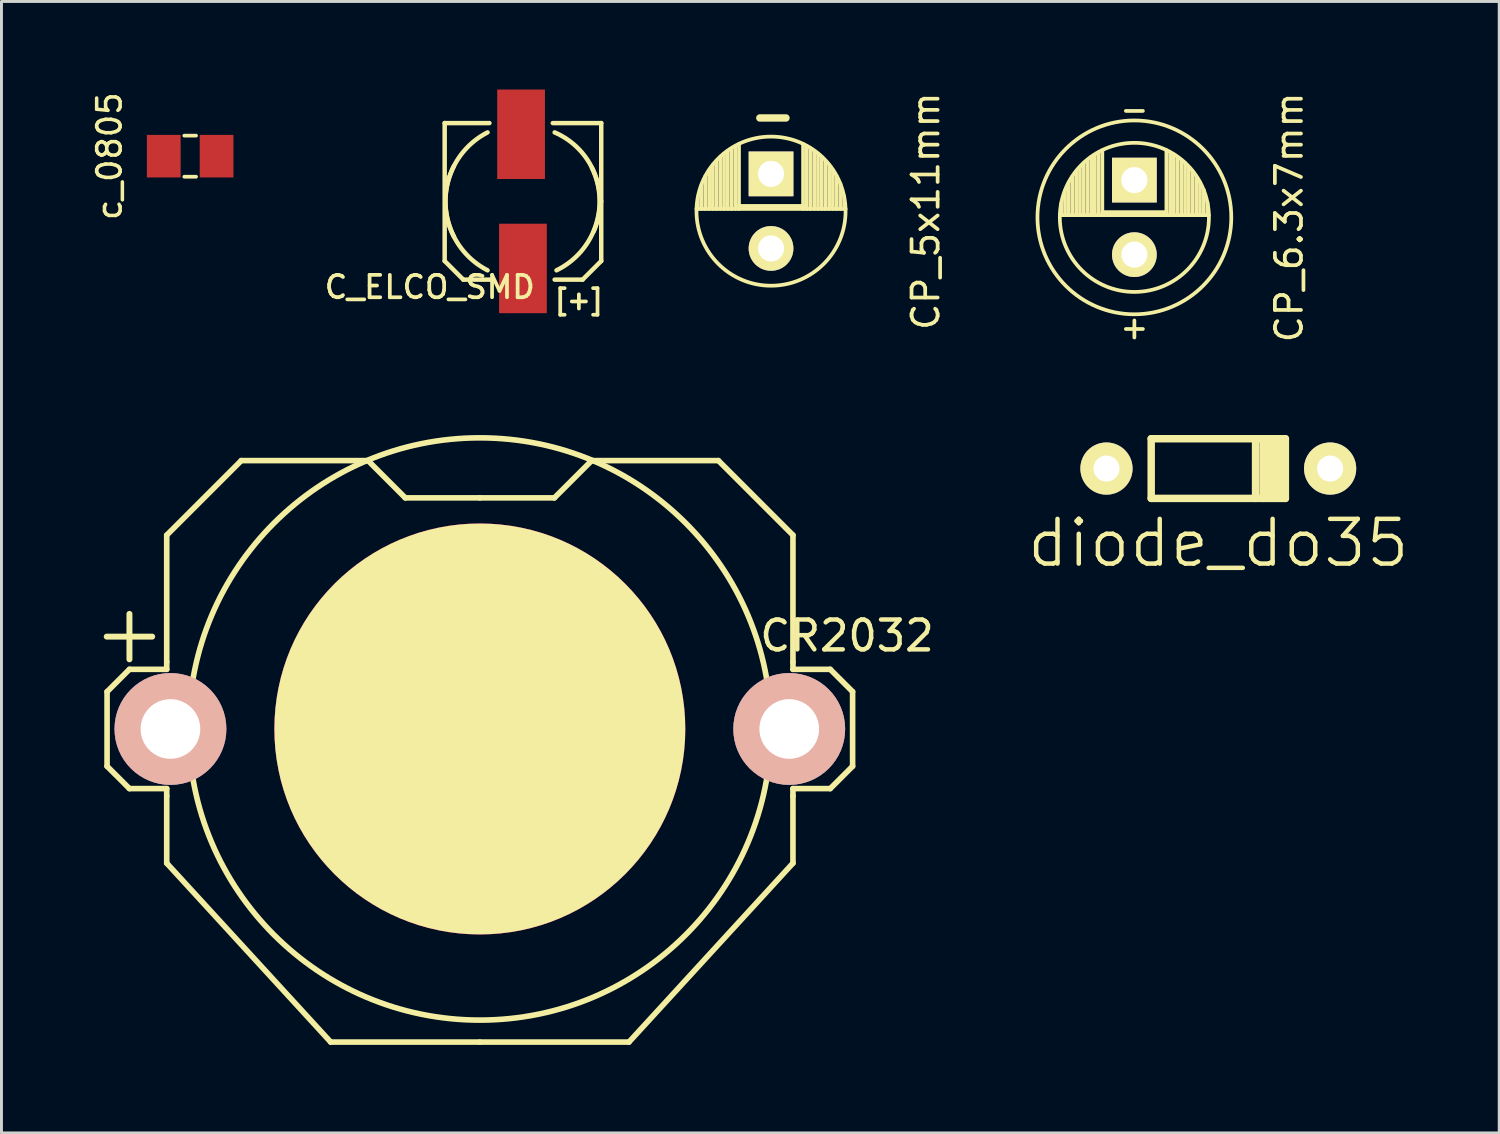
<source format=kicad_pcb>
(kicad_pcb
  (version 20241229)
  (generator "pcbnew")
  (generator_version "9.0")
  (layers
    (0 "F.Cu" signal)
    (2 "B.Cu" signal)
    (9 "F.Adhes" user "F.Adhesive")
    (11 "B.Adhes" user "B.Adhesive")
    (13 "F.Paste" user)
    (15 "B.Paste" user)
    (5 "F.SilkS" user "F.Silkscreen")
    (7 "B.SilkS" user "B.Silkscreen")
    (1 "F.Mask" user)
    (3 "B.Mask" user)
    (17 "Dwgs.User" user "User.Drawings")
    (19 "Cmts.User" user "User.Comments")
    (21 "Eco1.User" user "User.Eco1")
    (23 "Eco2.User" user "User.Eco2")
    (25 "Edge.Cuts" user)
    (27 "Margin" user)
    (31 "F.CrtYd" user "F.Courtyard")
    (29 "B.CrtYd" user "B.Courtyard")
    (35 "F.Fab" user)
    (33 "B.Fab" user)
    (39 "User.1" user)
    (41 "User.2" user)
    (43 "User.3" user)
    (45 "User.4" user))
  (footprint "c_0805"
    (layer "F.Cu")
    (at 3.429 2.271)
    (property "Reference" "c_0805" (at -2.75 0 90) (layer "F.SilkS") (effects (font (size 0.8 0.8) (thickness 0.12))))
    (attr smd)
    (fp_line (start -0.2 -0.7) (end 0.2 -0.7) (stroke (width 0.127) (type solid)) (layer "F.SilkS"))
    (fp_line (start 0.2 0.7) (end -0.2 0.7) (stroke (width 0.127) (type solid)) (layer "F.SilkS"))
    (pad "1" smd rect (at 0.9 0) (size 1.15 1.45) (layers "F.Cu" "F.Mask" "F.Paste"))
    (pad "2" smd rect (at -0.9 0) (size 1.15 1.45) (layers "F.Cu" "F.Mask" "F.Paste")))
  (footprint "CP_5x11mm"
    (layer "F.Cu")
    (at 23.219 4.144)
    (property "Reference" "CP_5x11mm" (at 5.271 0 90) (layer "F.SilkS") (effects (font (size 0.889 0.889) (thickness 0.127))))
    (attr smd)
    (fp_line (start -2.54 -0.076) (end 2.54 -0.076) (stroke (width 0.127) (type solid)) (layer "F.SilkS"))
    (fp_line (start -2.489 -0.483) (end -2.489 -0.076) (stroke (width 0.127) (type solid)) (layer "F.SilkS"))
    (fp_line (start -2.362 -0.076) (end -2.362 -0.914) (stroke (width 0.127) (type solid)) (layer "F.SilkS"))
    (fp_line (start -2.235 -0.076) (end -2.235 -1.194) (stroke (width 0.127) (type solid)) (layer "F.SilkS"))
    (fp_line (start -2.108 -0.076) (end -2.108 -1.397) (stroke (width 0.127) (type solid)) (layer "F.SilkS"))
    (fp_line (start -1.981 -1.575) (end -1.981 -0.076) (stroke (width 0.127) (type solid)) (layer "F.SilkS"))
    (fp_line (start -1.854 -0.076) (end -1.854 -1.702) (stroke (width 0.127) (type solid)) (layer "F.SilkS"))
    (fp_line (start -1.727 -1.854) (end -1.727 -0.076) (stroke (width 0.127) (type solid)) (layer "F.SilkS"))
    (fp_line (start -1.6 -0.076) (end -1.6 -1.956) (stroke (width 0.127) (type solid)) (layer "F.SilkS"))
    (fp_line (start -1.473 -2.057) (end -1.473 -0.076) (stroke (width 0.127) (type solid)) (layer "F.SilkS"))
    (fp_line (start -1.346 -0.076) (end -1.346 -2.134) (stroke (width 0.127) (type solid)) (layer "F.SilkS"))
    (fp_line (start -1.219 -0.076) (end -1.219 -2.21) (stroke (width 0.127) (type solid)) (layer "F.SilkS"))
    (fp_line (start -1.092 -2.286) (end -1.092 -0.076) (stroke (width 0.127) (type solid)) (layer "F.SilkS"))
    (fp_line (start -1.092 -0.178) (end 1.092 -0.178) (stroke (width 0.127) (type solid)) (layer "F.SilkS"))
    (fp_line (start -0.381 -3.175) (end 0.508 -3.175) (stroke (width 0.254) (type solid)) (layer "F.SilkS"))
    (fp_line (start 1.092 -2.286) (end 1.092 -0.076) (stroke (width 0.127) (type solid)) (layer "F.SilkS"))
    (fp_line (start 1.219 -0.076) (end 1.219 -2.21) (stroke (width 0.127) (type solid)) (layer "F.SilkS"))
    (fp_line (start 1.346 -2.134) (end 1.346 -0.076) (stroke (width 0.127) (type solid)) (layer "F.SilkS"))
    (fp_line (start 1.473 -0.076) (end 1.473 -2.032) (stroke (width 0.127) (type solid)) (layer "F.SilkS"))
    (fp_line (start 1.6 -1.956) (end 1.6 -0.076) (stroke (width 0.127) (type solid)) (layer "F.SilkS"))
    (fp_line (start 1.727 -0.076) (end 1.727 -1.854) (stroke (width 0.127) (type solid)) (layer "F.SilkS"))
    (fp_line (start 1.854 -1.702) (end 1.854 -0.076) (stroke (width 0.127) (type solid)) (layer "F.SilkS"))
    (fp_line (start 1.981 -0.076) (end 1.981 -1.575) (stroke (width 0.127) (type solid)) (layer "F.SilkS"))
    (fp_line (start 2.108 -1.397) (end 2.108 -0.076) (stroke (width 0.127) (type solid)) (layer "F.SilkS"))
    (fp_line (start 2.235 -0.076) (end 2.235 -1.194) (stroke (width 0.127) (type solid)) (layer "F.SilkS"))
    (fp_line (start 2.362 -0.94) (end 2.362 -0.076) (stroke (width 0.127) (type solid)) (layer "F.SilkS"))
    (fp_line (start 2.489 -0.076) (end 2.489 -0.508) (stroke (width 0.127) (type solid)) (layer "F.SilkS"))
    (fp_circle (center 0 0) (end -2.54 0) (stroke (width 0.127) (type solid)) (fill no) (layer "F.SilkS"))
    (pad "1" thru_hole circle (at 0 1.27) (size 1.524 1.524) (drill 0.889) (layers "*.Cu" "*.Mask" "F.SilkS"))
    (pad "2" thru_hole rect (at 0 -1.27) (size 1.524 1.524) (drill 0.889) (layers "*.Cu" "*.Mask" "F.SilkS")))
  (footprint "C_ELCO_SMD"
    (layer "F.Cu")
    (at 14.767 3.81)
    (property "Reference" "C_ELCO_SMD" (at -3.175 2.921 0) (layer "F.SilkS") (effects (font (size 0.762 0.762) (thickness 0.127))))
    (attr smd)
    (fp_line (start -2.667 -2.667) (end -1.143 -2.667) (stroke (width 0.152) (type solid)) (layer "F.SilkS"))
    (fp_line (start -2.667 2.032) (end -2.667 -2.667) (stroke (width 0.152) (type solid)) (layer "F.SilkS"))
    (fp_line (start -2.032 2.667) (end -2.667 2.032) (stroke (width 0.152) (type solid)) (layer "F.SilkS"))
    (fp_line (start -2.032 2.667) (end -1.079 2.667) (stroke (width 0.152) (type solid)) (layer "F.SilkS"))
    (fp_line (start 2.032 2.667) (end 1.079 2.667) (stroke (width 0.152) (type solid)) (layer "F.SilkS"))
    (fp_line (start 2.032 2.667) (end 2.667 2.032) (stroke (width 0.152) (type solid)) (layer "F.SilkS"))
    (fp_line (start 2.667 -2.667) (end 1.016 -2.667) (stroke (width 0.152) (type solid)) (layer "F.SilkS"))
    (fp_line (start 2.667 -2.667) (end 2.667 0) (stroke (width 0.152) (type solid)) (layer "F.SilkS"))
    (fp_line (start 2.667 2.032) (end 2.667 0) (stroke (width 0.152) (type solid)) (layer "F.SilkS"))
    (fp_arc (start -2.3495 1.2065) (mid -2.514472 -0.808223) (end -1.2065 -2.3495) (stroke (width 0.1524) (type solid)) (layer "F.SilkS"))
    (fp_arc (start -1.2065 2.3495) (mid -2.514472 0.808223) (end -2.3495 -1.2065) (stroke (width 0.1524) (type solid)) (layer "F.SilkS"))
    (fp_arc (start 1.0795 -2.3495) (mid 2.443268 -0.942927) (end 2.413 1.016) (stroke (width 0.1524) (type solid)) (layer "F.SilkS"))
    (fp_arc (start 2.3495 -1.143) (mid 2.46957 0.853124) (end 1.143 2.3495) (stroke (width 0.1524) (type solid)) (layer "F.SilkS"))
    (fp_text user "[+]" (at 1.905 3.365 0) (layer "F.SilkS") (effects (font (size 0.635 0.635) (thickness 0.127))))
    (pad "1" smd rect (at 0 2.286) (size 1.626 3.048) (layers "F.Cu" "F.Mask" "F.Paste"))
    (pad "2" smd rect (at -0.064 -2.286) (size 1.626 3.048) (layers "F.Cu" "F.Mask" "F.Paste")))
  (footprint "diode_do35"
    (layer "F.Cu")
    (at 38.457 12.914)
    (property "Reference" "diode_do35" (at 0 2.54 0) (layer "F.SilkS") (effects (font (size 1.524 1.524) (thickness 0.152))))
    (attr through_hole)
    (fp_line (start -2.286 -1.016) (end 2.286 -1.016) (stroke (width 0.254) (type solid)) (layer "F.SilkS"))
    (fp_line (start -2.286 1.016) (end -2.286 -1.016) (stroke (width 0.254) (type solid)) (layer "F.SilkS"))
    (fp_line (start 1.27 -1.016) (end 1.27 1.016) (stroke (width 0.254) (type solid)) (layer "F.SilkS"))
    (fp_line (start 1.524 1.016) (end 1.524 -1.016) (stroke (width 0.254) (type solid)) (layer "F.SilkS"))
    (fp_line (start 1.778 -0.889) (end 1.778 0.889) (stroke (width 0.381) (type solid)) (layer "F.SilkS"))
    (fp_line (start 2.032 -0.889) (end 2.032 0.889) (stroke (width 0.381) (type solid)) (layer "F.SilkS"))
    (fp_line (start 2.286 -1.016) (end 2.286 1.016) (stroke (width 0.254) (type solid)) (layer "F.SilkS"))
    (fp_line (start 2.286 1.016) (end -2.286 1.016) (stroke (width 0.254) (type solid)) (layer "F.SilkS"))
    (pad "1" thru_hole circle (at -3.81 0) (size 1.778 1.778) (drill 0.889) (layers "*.Cu" "*.Mask" "F.SilkS"))
    (pad "2" thru_hole circle (at 3.81 0) (size 1.778 1.778) (drill 0.889) (layers "*.Cu" "*.Mask" "F.SilkS")))
  (footprint "CR2032"
    (layer "F.Cu")
    (at 13.298 21.786)
    (property "Reference" "CR2032" (at 12.509 -3.175 0) (layer "F.SilkS") (effects (font (size 1.016 1.016) (thickness 0.152))))
    (attr smd)
    (fp_line (start -12.7 -1.27) (end -11.938 -2.032) (stroke (width 0.191) (type solid)) (layer "F.SilkS"))
    (fp_line (start -12.7 1.27) (end -12.7 -1.27) (stroke (width 0.191) (type solid)) (layer "F.SilkS"))
    (fp_line (start -11.938 -2.032) (end -10.668 -2.032) (stroke (width 0.191) (type solid)) (layer "F.SilkS"))
    (fp_line (start -11.938 2.032) (end -12.7 1.27) (stroke (width 0.191) (type solid)) (layer "F.SilkS"))
    (fp_line (start -10.668 -6.604) (end -10.668 -2.286) (stroke (width 0.191) (type solid)) (layer "F.SilkS"))
    (fp_line (start -10.668 -2.032) (end -10.668 -2.286) (stroke (width 0.191) (type solid)) (layer "F.SilkS"))
    (fp_line (start -10.668 2.032) (end -11.938 2.032) (stroke (width 0.191) (type solid)) (layer "F.SilkS"))
    (fp_line (start -10.668 2.286) (end -10.668 2.032) (stroke (width 0.191) (type solid)) (layer "F.SilkS"))
    (fp_line (start -10.668 4.572) (end -10.668 2.286) (stroke (width 0.191) (type solid)) (layer "F.SilkS"))
    (fp_line (start -8.128 -9.144) (end -10.668 -6.604) (stroke (width 0.191) (type solid)) (layer "F.SilkS"))
    (fp_line (start -8.128 -9.144) (end -3.81 -9.144) (stroke (width 0.191) (type solid)) (layer "F.SilkS"))
    (fp_line (start -5.08 10.668) (end -10.668 4.572) (stroke (width 0.191) (type solid)) (layer "F.SilkS"))
    (fp_line (start -2.54 -7.874) (end -3.81 -9.144) (stroke (width 0.191) (type solid)) (layer "F.SilkS"))
    (fp_line (start 0 -7.874) (end -2.54 -7.874) (stroke (width 0.191) (type solid)) (layer "F.SilkS"))
    (fp_line (start 0 -7.874) (end 2.54 -7.874) (stroke (width 0.191) (type solid)) (layer "F.SilkS"))
    (fp_line (start 0 10.668) (end -5.08 10.668) (stroke (width 0.191) (type solid)) (layer "F.SilkS"))
    (fp_line (start 0 10.668) (end 5.08 10.668) (stroke (width 0.191) (type solid)) (layer "F.SilkS"))
    (fp_line (start 2.54 -7.874) (end 3.81 -9.144) (stroke (width 0.191) (type solid)) (layer "F.SilkS"))
    (fp_line (start 3.81 -9.144) (end 8.128 -9.144) (stroke (width 0.191) (type solid)) (layer "F.SilkS"))
    (fp_line (start 8.128 -9.144) (end 10.668 -6.604) (stroke (width 0.191) (type solid)) (layer "F.SilkS"))
    (fp_line (start 10.668 -6.604) (end 10.668 -2.286) (stroke (width 0.191) (type solid)) (layer "F.SilkS"))
    (fp_line (start 10.668 -2.286) (end 10.668 -2.032) (stroke (width 0.191) (type solid)) (layer "F.SilkS"))
    (fp_line (start 10.668 -2.032) (end 11.938 -2.032) (stroke (width 0.191) (type solid)) (layer "F.SilkS"))
    (fp_line (start 10.668 2.032) (end 10.668 2.286) (stroke (width 0.191) (type solid)) (layer "F.SilkS"))
    (fp_line (start 10.668 4.572) (end 5.08 10.668) (stroke (width 0.191) (type solid)) (layer "F.SilkS"))
    (fp_line (start 10.668 4.572) (end 10.668 2.286) (stroke (width 0.191) (type solid)) (layer "F.SilkS"))
    (fp_line (start 11.938 -2.032) (end 12.7 -1.27) (stroke (width 0.191) (type solid)) (layer "F.SilkS"))
    (fp_line (start 11.938 2.032) (end 10.668 2.032) (stroke (width 0.191) (type solid)) (layer "F.SilkS"))
    (fp_line (start 12.7 -1.27) (end 12.7 1.27) (stroke (width 0.191) (type solid)) (layer "F.SilkS"))
    (fp_line (start 12.7 1.27) (end 11.938 2.032) (stroke (width 0.191) (type solid)) (layer "F.SilkS"))
    (fp_circle (center 0 0) (end 9.906 -0.508) (stroke (width 0.191) (type solid)) (fill no) (layer "F.SilkS"))
    (fp_text user "+" (at -11.938 -3.302 0) (layer "F.SilkS") (effects (font (size 2.032 2.032) (thickness 0.203))))
    (fp_text user "-" (at 0 -3.937 0) (layer "F.SilkS") (effects (font (size 2.032 2.032) (thickness 0.203))))
    (pad "+" thru_hole circle (at -10.541 0) (size 3.81 3.81) (drill 2.032) (layers "B.Cu" "B.Mask" "B.SilkS" "B.Adhes" "B.Paste"))
    (pad "+" thru_hole circle (at 10.541 0) (size 3.81 3.81) (drill 2.032) (layers "B.Cu" "B.Mask" "B.SilkS" "B.Adhes" "B.Paste"))
    (pad "-" smd circle (at 0 0) (size 14 14) (layers "F.Cu" "F.Mask" "F.SilkS" "F.Adhes" "F.Paste")))
  (footprint "CP_6.3x7mm"
    (layer "F.Cu")
    (at 35.598 4.356)
    (property "Reference" "CP_6.3x7mm" (at 5.271 0 90) (layer "F.SilkS") (effects (font (size 0.889 0.889) (thickness 0.127))))
    (attr smd)
    (fp_line (start -2.54 -0.076) (end 2.54 -0.076) (stroke (width 0.127) (type solid)) (layer "F.SilkS"))
    (fp_line (start -2.489 -0.483) (end -2.489 -0.076) (stroke (width 0.127) (type solid)) (layer "F.SilkS"))
    (fp_line (start -2.362 -0.076) (end -2.362 -0.914) (stroke (width 0.127) (type solid)) (layer "F.SilkS"))
    (fp_line (start -2.235 -0.076) (end -2.235 -1.194) (stroke (width 0.127) (type solid)) (layer "F.SilkS"))
    (fp_line (start -2.108 -0.076) (end -2.108 -1.397) (stroke (width 0.127) (type solid)) (layer "F.SilkS"))
    (fp_line (start -1.981 -1.575) (end -1.981 -0.076) (stroke (width 0.127) (type solid)) (layer "F.SilkS"))
    (fp_line (start -1.854 -0.076) (end -1.854 -1.702) (stroke (width 0.127) (type solid)) (layer "F.SilkS"))
    (fp_line (start -1.727 -1.854) (end -1.727 -0.076) (stroke (width 0.127) (type solid)) (layer "F.SilkS"))
    (fp_line (start -1.6 -0.076) (end -1.6 -1.956) (stroke (width 0.127) (type solid)) (layer "F.SilkS"))
    (fp_line (start -1.473 -2.057) (end -1.473 -0.076) (stroke (width 0.127) (type solid)) (layer "F.SilkS"))
    (fp_line (start -1.346 -0.076) (end -1.346 -2.134) (stroke (width 0.127) (type solid)) (layer "F.SilkS"))
    (fp_line (start -1.219 -0.076) (end -1.219 -2.21) (stroke (width 0.127) (type solid)) (layer "F.SilkS"))
    (fp_line (start -1.092 -2.286) (end -1.092 -0.076) (stroke (width 0.127) (type solid)) (layer "F.SilkS"))
    (fp_line (start -1.092 -0.178) (end 1.092 -0.178) (stroke (width 0.127) (type solid)) (layer "F.SilkS"))
    (fp_line (start 1.092 -2.286) (end 1.092 -0.076) (stroke (width 0.127) (type solid)) (layer "F.SilkS"))
    (fp_line (start 1.219 -0.076) (end 1.219 -2.21) (stroke (width 0.127) (type solid)) (layer "F.SilkS"))
    (fp_line (start 1.346 -2.134) (end 1.346 -0.076) (stroke (width 0.127) (type solid)) (layer "F.SilkS"))
    (fp_line (start 1.473 -0.076) (end 1.473 -2.032) (stroke (width 0.127) (type solid)) (layer "F.SilkS"))
    (fp_line (start 1.6 -1.956) (end 1.6 -0.076) (stroke (width 0.127) (type solid)) (layer "F.SilkS"))
    (fp_line (start 1.727 -0.076) (end 1.727 -1.854) (stroke (width 0.127) (type solid)) (layer "F.SilkS"))
    (fp_line (start 1.854 -1.702) (end 1.854 -0.076) (stroke (width 0.127) (type solid)) (layer "F.SilkS"))
    (fp_line (start 1.981 -0.076) (end 1.981 -1.575) (stroke (width 0.127) (type solid)) (layer "F.SilkS"))
    (fp_line (start 2.108 -1.397) (end 2.108 -0.076) (stroke (width 0.127) (type solid)) (layer "F.SilkS"))
    (fp_line (start 2.235 -0.076) (end 2.235 -1.194) (stroke (width 0.127) (type solid)) (layer "F.SilkS"))
    (fp_line (start 2.362 -0.94) (end 2.362 -0.076) (stroke (width 0.127) (type solid)) (layer "F.SilkS"))
    (fp_line (start 2.489 -0.076) (end 2.489 -0.508) (stroke (width 0.127) (type solid)) (layer "F.SilkS"))
    (fp_circle (center 0 0) (end -3.302 0) (stroke (width 0.127) (type solid)) (fill no) (layer "F.SilkS"))
    (fp_circle (center 0 0) (end -2.54 0) (stroke (width 0.127) (type solid)) (fill no) (layer "F.SilkS"))
    (fp_text user "+" (at 0 3.747 0) (layer "F.SilkS") (effects (font (size 0.762 0.762) (thickness 0.127))))
    (fp_text user "-" (at 0 -3.683 0) (layer "F.SilkS") (effects (font (size 0.762 0.762) (thickness 0.127))))
    (pad "1" thru_hole circle (at 0 1.27) (size 1.524 1.524) (drill 0.889) (layers "*.Cu" "*.Mask" "F.SilkS"))
    (pad "2" thru_hole rect (at 0 -1.27) (size 1.524 1.524) (drill 0.889) (layers "*.Cu" "*.Mask" "F.SilkS")))
  (gr_rect
    (start -3 -3)
    (end 48.028 35.549)
    (stroke (width 0.1) (type default))
    (fill no)
    (layer "Edge.Cuts")))
</source>
